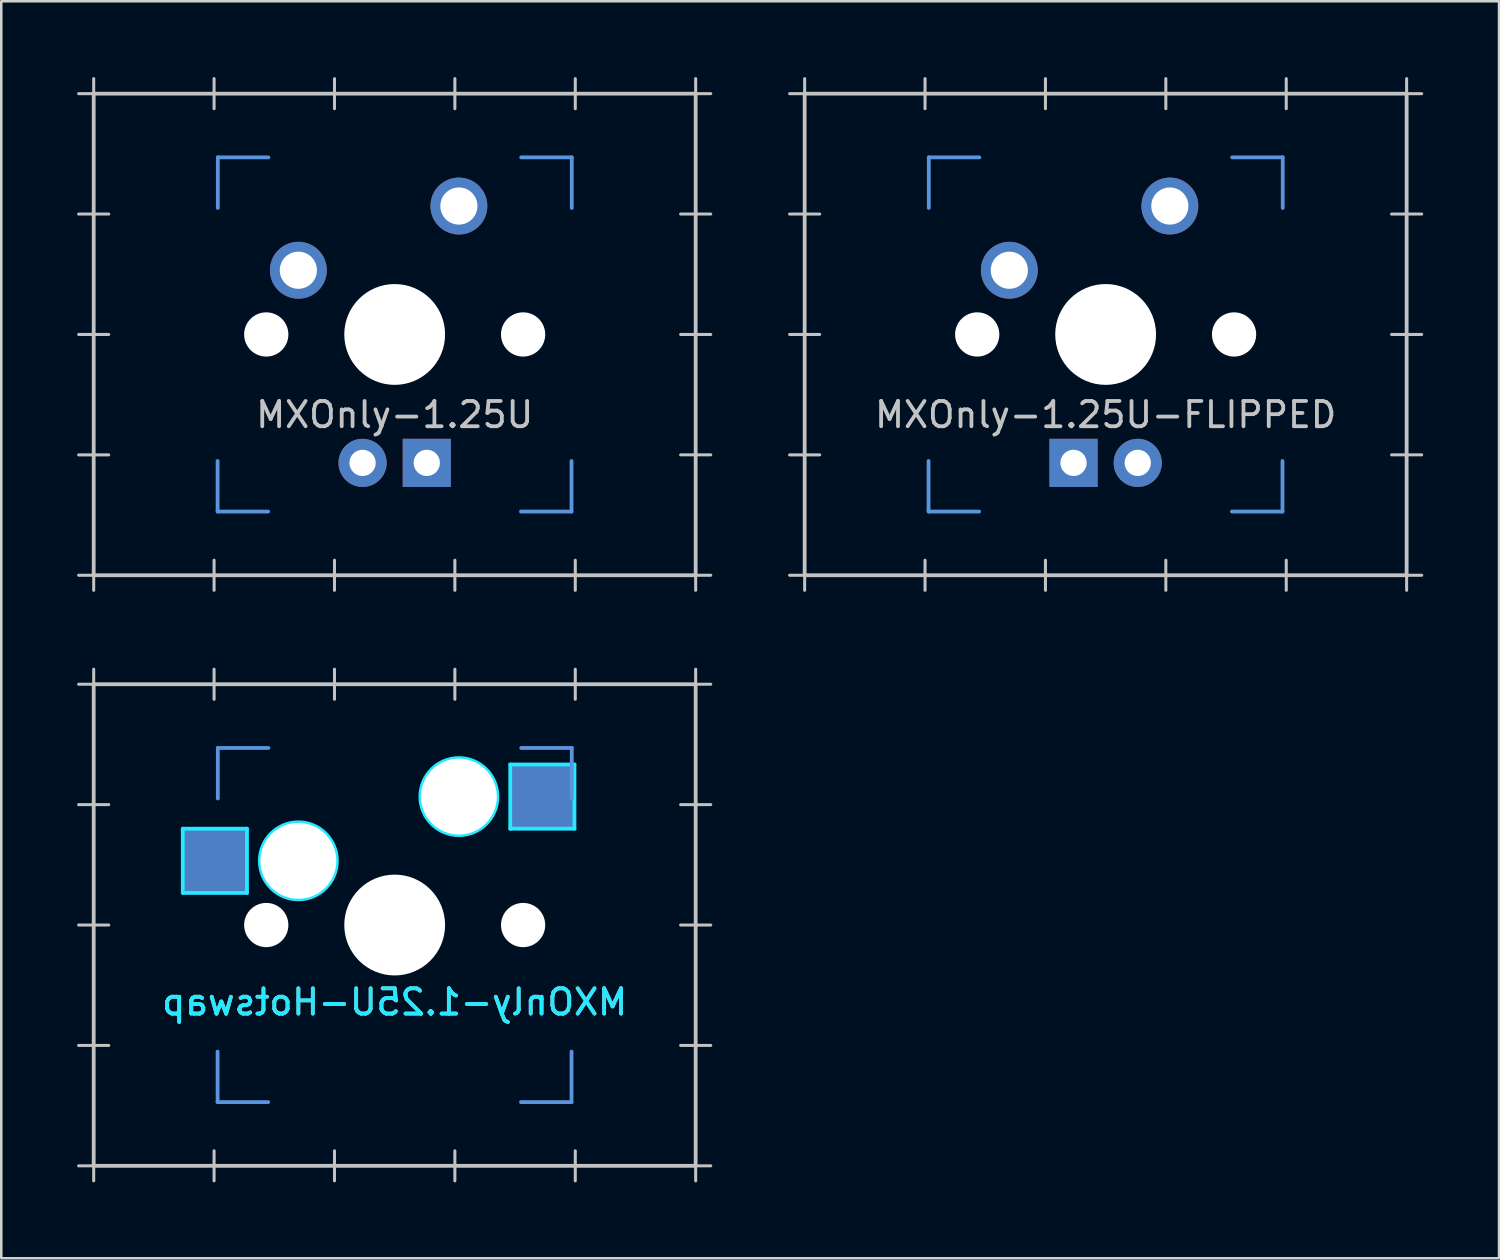
<source format=kicad_pcb>
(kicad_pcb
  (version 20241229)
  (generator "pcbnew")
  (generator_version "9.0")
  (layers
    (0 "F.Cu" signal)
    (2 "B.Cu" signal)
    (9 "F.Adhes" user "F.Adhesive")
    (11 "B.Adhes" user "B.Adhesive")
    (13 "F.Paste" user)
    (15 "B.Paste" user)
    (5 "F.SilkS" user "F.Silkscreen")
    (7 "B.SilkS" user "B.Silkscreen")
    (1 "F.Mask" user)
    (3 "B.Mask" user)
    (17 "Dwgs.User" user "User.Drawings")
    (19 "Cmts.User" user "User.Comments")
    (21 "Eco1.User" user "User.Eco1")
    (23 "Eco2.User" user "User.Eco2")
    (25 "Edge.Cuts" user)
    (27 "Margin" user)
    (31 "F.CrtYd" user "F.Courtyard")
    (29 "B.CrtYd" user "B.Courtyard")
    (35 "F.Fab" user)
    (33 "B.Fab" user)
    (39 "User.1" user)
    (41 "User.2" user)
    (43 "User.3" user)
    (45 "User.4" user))
  (footprint "MXOnly-1.25U"
    (layer "F.Cu")
    (at 12.562 10.18)
    (property "Reference" "MXOnly-1.25U" (at 0 3.175 0) (layer "Dwgs.User") (effects (font (size 1 1) (thickness 0.15))))
    (attr through_hole)
    (fp_line (start -12.502 -9.525) (end -11.906 -9.525) (stroke (width 0.12) (type solid)) (layer "Dwgs.User"))
    (fp_line (start -12.502 0) (end -11.311 0) (stroke (width 0.12) (type solid)) (layer "Dwgs.User"))
    (fp_line (start -12.502 4.763) (end -11.311 4.763) (stroke (width 0.12) (type solid)) (layer "Dwgs.User"))
    (fp_line (start -12.502 9.525) (end -11.906 9.525) (stroke (width 0.12) (type solid)) (layer "Dwgs.User"))
    (fp_line (start -11.906 -10.12) (end -11.906 -9.525) (stroke (width 0.12) (type solid)) (layer "Dwgs.User"))
    (fp_line (start -11.906 10.12) (end -11.906 9.525) (stroke (width 0.12) (type solid)) (layer "Dwgs.User"))
    (fp_line (start -11.906 -9.525) (end 11.906 -9.525) (stroke (width 0.15) (type solid)) (layer "Dwgs.User"))
    (fp_line (start -11.906 9.525) (end -11.906 -9.525) (stroke (width 0.15) (type solid)) (layer "Dwgs.User"))
    (fp_line (start -11.906 9.525) (end 11.906 9.525) (stroke (width 0.15) (type solid)) (layer "Dwgs.User"))
    (fp_line (start -11.311 -4.763) (end -12.502 -4.763) (stroke (width 0.12) (type solid)) (layer "Dwgs.User"))
    (fp_line (start -7.144 -10.12) (end -7.144 -8.93) (stroke (width 0.12) (type solid)) (layer "Dwgs.User"))
    (fp_line (start -7.144 8.93) (end -7.144 10.12) (stroke (width 0.12) (type solid)) (layer "Dwgs.User"))
    (fp_line (start -2.381 -10.12) (end -2.381 -8.93) (stroke (width 0.12) (type solid)) (layer "Dwgs.User"))
    (fp_line (start -2.381 10.12) (end -2.381 8.93) (stroke (width 0.12) (type solid)) (layer "Dwgs.User"))
    (fp_line (start 2.381 -8.93) (end 2.381 -10.12) (stroke (width 0.12) (type solid)) (layer "Dwgs.User"))
    (fp_line (start 2.381 10.12) (end 2.381 8.93) (stroke (width 0.12) (type solid)) (layer "Dwgs.User"))
    (fp_line (start 7.144 -10.12) (end 7.144 -8.93) (stroke (width 0.12) (type solid)) (layer "Dwgs.User"))
    (fp_line (start 7.144 8.93) (end 7.144 10.12) (stroke (width 0.12) (type solid)) (layer "Dwgs.User"))
    (fp_line (start 11.311 4.762) (end 12.502 4.762) (stroke (width 0.12) (type solid)) (layer "Dwgs.User"))
    (fp_line (start 11.906 -9.525) (end 11.906 9.525) (stroke (width 0.15) (type solid)) (layer "Dwgs.User"))
    (fp_line (start 11.906 -10.12) (end 11.906 -9.525) (stroke (width 0.12) (type solid)) (layer "Dwgs.User"))
    (fp_line (start 11.906 10.12) (end 11.906 9.525) (stroke (width 0.12) (type solid)) (layer "Dwgs.User"))
    (fp_line (start 12.502 -9.525) (end 11.906 -9.525) (stroke (width 0.12) (type solid)) (layer "Dwgs.User"))
    (fp_line (start 12.502 -4.763) (end 11.311 -4.763) (stroke (width 0.12) (type solid)) (layer "Dwgs.User"))
    (fp_line (start 12.502 -0.000008) (end 11.311 -0.000008) (stroke (width 0.12) (type solid)) (layer "Dwgs.User"))
    (fp_line (start 12.502 9.525) (end 11.906 9.525) (stroke (width 0.12) (type solid)) (layer "Dwgs.User"))
    (fp_line (start -7.005 7.005) (end -7.005 5.005) (stroke (width 0.15) (type solid)) (layer "Cmts.User"))
    (fp_line (start -6.995 -7.005) (end -6.995 -5.005) (stroke (width 0.15) (type solid)) (layer "Cmts.User"))
    (fp_line (start -5.005 7.005) (end -7.005 7.005) (stroke (width 0.15) (type solid)) (layer "Cmts.User"))
    (fp_line (start -4.995 -7.005) (end -6.995 -7.005) (stroke (width 0.15) (type solid)) (layer "Cmts.User"))
    (fp_line (start 4.995 7.005) (end 6.995 7.005) (stroke (width 0.15) (type solid)) (layer "Cmts.User"))
    (fp_line (start 5.005 -7.005) (end 7.005 -7.005) (stroke (width 0.15) (type solid)) (layer "Cmts.User"))
    (fp_line (start 6.995 7.005) (end 6.995 5.005) (stroke (width 0.15) (type solid)) (layer "Cmts.User"))
    (fp_line (start 7.005 -7.005) (end 7.005 -5.005) (stroke (width 0.15) (type solid)) (layer "Cmts.User"))
    (pad "" np_thru_hole circle (at -5.08 0 48.1) (size 1.75 1.75) (drill 1.75) (layers "*.Cu" "*.Mask"))
    (pad "" np_thru_hole circle (at 0 0) (size 3.988 3.988) (drill 3.988) (layers "*.Cu" "*.Mask"))
    (pad "" np_thru_hole circle (at 5.08 0 48.1) (size 1.75 1.75) (drill 1.75) (layers "*.Cu" "*.Mask"))
    (pad "1" thru_hole circle (at -3.81 -2.54) (size 2.25 2.25) (drill 1.47) (layers "*.Cu" "B.Mask"))
    (pad "2" thru_hole circle (at 2.54 -5.08) (size 2.25 2.25) (drill 1.47) (layers "*.Cu" "B.Mask"))
    (pad "3" thru_hole circle (at -1.27 5.08) (size 1.905 1.905) (drill 1.04) (layers "*.Cu" "B.Mask"))
    (pad "4" thru_hole rect (at 1.27 5.08) (size 1.905 1.905) (drill 1.04) (layers "*.Cu" "B.Mask")))
  (footprint "MXOnly-1.25U-FLIPPED"
    (layer "F.Cu")
    (at 40.685 10.18)
    (property "Reference" "MXOnly-1.25U-FLIPPED" (at 0 3.175 0) (layer "Dwgs.User") (effects (font (size 1 1) (thickness 0.15))))
    (attr through_hole)
    (fp_line (start -12.502 -9.525) (end -11.906 -9.525) (stroke (width 0.12) (type solid)) (layer "Dwgs.User"))
    (fp_line (start -12.502 0) (end -11.311 0) (stroke (width 0.12) (type solid)) (layer "Dwgs.User"))
    (fp_line (start -12.502 4.763) (end -11.311 4.763) (stroke (width 0.12) (type solid)) (layer "Dwgs.User"))
    (fp_line (start -12.502 9.525) (end -11.906 9.525) (stroke (width 0.12) (type solid)) (layer "Dwgs.User"))
    (fp_line (start -11.906 -10.12) (end -11.906 -9.525) (stroke (width 0.12) (type solid)) (layer "Dwgs.User"))
    (fp_line (start -11.906 10.12) (end -11.906 9.525) (stroke (width 0.12) (type solid)) (layer "Dwgs.User"))
    (fp_line (start -11.906 -9.525) (end 11.906 -9.525) (stroke (width 0.15) (type solid)) (layer "Dwgs.User"))
    (fp_line (start -11.906 9.525) (end -11.906 -9.525) (stroke (width 0.15) (type solid)) (layer "Dwgs.User"))
    (fp_line (start -11.906 9.525) (end 11.906 9.525) (stroke (width 0.15) (type solid)) (layer "Dwgs.User"))
    (fp_line (start -11.311 -4.763) (end -12.502 -4.763) (stroke (width 0.12) (type solid)) (layer "Dwgs.User"))
    (fp_line (start -7.144 -10.12) (end -7.144 -8.93) (stroke (width 0.12) (type solid)) (layer "Dwgs.User"))
    (fp_line (start -7.144 8.93) (end -7.144 10.12) (stroke (width 0.12) (type solid)) (layer "Dwgs.User"))
    (fp_line (start -2.381 -10.12) (end -2.381 -8.93) (stroke (width 0.12) (type solid)) (layer "Dwgs.User"))
    (fp_line (start -2.381 10.12) (end -2.381 8.93) (stroke (width 0.12) (type solid)) (layer "Dwgs.User"))
    (fp_line (start 2.381 -8.93) (end 2.381 -10.12) (stroke (width 0.12) (type solid)) (layer "Dwgs.User"))
    (fp_line (start 2.381 10.12) (end 2.381 8.93) (stroke (width 0.12) (type solid)) (layer "Dwgs.User"))
    (fp_line (start 7.144 -10.12) (end 7.144 -8.93) (stroke (width 0.12) (type solid)) (layer "Dwgs.User"))
    (fp_line (start 7.144 8.93) (end 7.144 10.12) (stroke (width 0.12) (type solid)) (layer "Dwgs.User"))
    (fp_line (start 11.311 4.762) (end 12.502 4.762) (stroke (width 0.12) (type solid)) (layer "Dwgs.User"))
    (fp_line (start 11.906 -9.525) (end 11.906 9.525) (stroke (width 0.15) (type solid)) (layer "Dwgs.User"))
    (fp_line (start 11.906 -10.12) (end 11.906 -9.525) (stroke (width 0.12) (type solid)) (layer "Dwgs.User"))
    (fp_line (start 11.906 10.12) (end 11.906 9.525) (stroke (width 0.12) (type solid)) (layer "Dwgs.User"))
    (fp_line (start 12.502 -9.525) (end 11.906 -9.525) (stroke (width 0.12) (type solid)) (layer "Dwgs.User"))
    (fp_line (start 12.502 -4.763) (end 11.311 -4.763) (stroke (width 0.12) (type solid)) (layer "Dwgs.User"))
    (fp_line (start 12.502 -0.000008) (end 11.311 -0.000008) (stroke (width 0.12) (type solid)) (layer "Dwgs.User"))
    (fp_line (start 12.502 9.525) (end 11.906 9.525) (stroke (width 0.12) (type solid)) (layer "Dwgs.User"))
    (fp_line (start -7.005 7.005) (end -7.005 5.005) (stroke (width 0.15) (type solid)) (layer "Cmts.User"))
    (fp_line (start -6.995 -7.005) (end -6.995 -5.005) (stroke (width 0.15) (type solid)) (layer "Cmts.User"))
    (fp_line (start -5.005 7.005) (end -7.005 7.005) (stroke (width 0.15) (type solid)) (layer "Cmts.User"))
    (fp_line (start -4.995 -7.005) (end -6.995 -7.005) (stroke (width 0.15) (type solid)) (layer "Cmts.User"))
    (fp_line (start 4.995 7.005) (end 6.995 7.005) (stroke (width 0.15) (type solid)) (layer "Cmts.User"))
    (fp_line (start 5.005 -7.005) (end 7.005 -7.005) (stroke (width 0.15) (type solid)) (layer "Cmts.User"))
    (fp_line (start 6.995 7.005) (end 6.995 5.005) (stroke (width 0.15) (type solid)) (layer "Cmts.User"))
    (fp_line (start 7.005 -7.005) (end 7.005 -5.005) (stroke (width 0.15) (type solid)) (layer "Cmts.User"))
    (pad "" np_thru_hole circle (at -5.08 0 48.1) (size 1.75 1.75) (drill 1.75) (layers "*.Cu" "*.Mask"))
    (pad "" np_thru_hole circle (at 0 0) (size 3.988 3.988) (drill 3.988) (layers "*.Cu" "*.Mask"))
    (pad "" np_thru_hole circle (at 5.08 0 48.1) (size 1.75 1.75) (drill 1.75) (layers "*.Cu" "*.Mask"))
    (pad "1" thru_hole circle (at -3.81 -2.54) (size 2.25 2.25) (drill 1.47) (layers "*.Cu" "B.Mask"))
    (pad "2" thru_hole circle (at 2.54 -5.08) (size 2.25 2.25) (drill 1.47) (layers "*.Cu" "B.Mask"))
    (pad "3" thru_hole circle (at 1.27 5.08) (size 1.905 1.905) (drill 1.04) (layers "*.Cu" "B.Mask"))
    (pad "4" thru_hole rect (at -1.27 5.08) (size 1.905 1.905) (drill 1.04) (layers "*.Cu" "B.Mask")))
  (footprint "MXOnly-1.25U-Hotswap"
    (layer "F.Cu")
    (at 12.562 33.541)
    (property "Reference" "MXOnly-1.25U-Hotswap" (at 0 3.048 0) (layer "B.CrtYd") (effects (font (size 1 1) (thickness 0.15)) (justify mirror)))
    (attr smd)
    (fp_line (start -12.502 -9.525) (end -11.906 -9.525) (stroke (width 0.12) (type solid)) (layer "Dwgs.User"))
    (fp_line (start -12.502 0) (end -11.311 0) (stroke (width 0.12) (type solid)) (layer "Dwgs.User"))
    (fp_line (start -12.502 4.763) (end -11.311 4.763) (stroke (width 0.12) (type solid)) (layer "Dwgs.User"))
    (fp_line (start -12.502 9.525) (end -11.906 9.525) (stroke (width 0.12) (type solid)) (layer "Dwgs.User"))
    (fp_line (start -11.906 -10.12) (end -11.906 -9.525) (stroke (width 0.12) (type solid)) (layer "Dwgs.User"))
    (fp_line (start -11.906 10.12) (end -11.906 9.525) (stroke (width 0.12) (type solid)) (layer "Dwgs.User"))
    (fp_line (start -11.906 -9.525) (end 11.906 -9.525) (stroke (width 0.15) (type solid)) (layer "Dwgs.User"))
    (fp_line (start -11.906 9.525) (end -11.906 -9.525) (stroke (width 0.15) (type solid)) (layer "Dwgs.User"))
    (fp_line (start -11.311 -4.763) (end -12.502 -4.763) (stroke (width 0.12) (type solid)) (layer "Dwgs.User"))
    (fp_line (start -7.144 -10.12) (end -7.144 -8.93) (stroke (width 0.12) (type solid)) (layer "Dwgs.User"))
    (fp_line (start -7.144 8.93) (end -7.144 10.12) (stroke (width 0.12) (type solid)) (layer "Dwgs.User"))
    (fp_line (start -2.381 -10.12) (end -2.381 -8.93) (stroke (width 0.12) (type solid)) (layer "Dwgs.User"))
    (fp_line (start -2.381 10.12) (end -2.381 8.93) (stroke (width 0.12) (type solid)) (layer "Dwgs.User"))
    (fp_line (start 2.381 -8.93) (end 2.381 -10.12) (stroke (width 0.12) (type solid)) (layer "Dwgs.User"))
    (fp_line (start 2.381 10.12) (end 2.381 8.93) (stroke (width 0.12) (type solid)) (layer "Dwgs.User"))
    (fp_line (start 7.144 -10.12) (end 7.144 -8.93) (stroke (width 0.12) (type solid)) (layer "Dwgs.User"))
    (fp_line (start 7.144 8.93) (end 7.144 10.12) (stroke (width 0.12) (type solid)) (layer "Dwgs.User"))
    (fp_line (start 11.311 4.762) (end 12.502 4.762) (stroke (width 0.12) (type solid)) (layer "Dwgs.User"))
    (fp_line (start 11.906 -9.525) (end 11.906 9.525) (stroke (width 0.15) (type solid)) (layer "Dwgs.User"))
    (fp_line (start 11.906 9.525) (end -11.906 9.525) (stroke (width 0.15) (type solid)) (layer "Dwgs.User"))
    (fp_line (start 11.906 -10.12) (end 11.906 -9.525) (stroke (width 0.12) (type solid)) (layer "Dwgs.User"))
    (fp_line (start 11.906 10.12) (end 11.906 9.525) (stroke (width 0.12) (type solid)) (layer "Dwgs.User"))
    (fp_line (start 12.502 -9.525) (end 11.906 -9.525) (stroke (width 0.12) (type solid)) (layer "Dwgs.User"))
    (fp_line (start 12.502 -4.763) (end 11.311 -4.763) (stroke (width 0.12) (type solid)) (layer "Dwgs.User"))
    (fp_line (start 12.502 -0.000008) (end 11.311 -0.000008) (stroke (width 0.12) (type solid)) (layer "Dwgs.User"))
    (fp_line (start 12.502 9.525) (end 11.906 9.525) (stroke (width 0.12) (type solid)) (layer "Dwgs.User"))
    (fp_line (start -7.005 7.005) (end -7.005 5.005) (stroke (width 0.15) (type solid)) (layer "Cmts.User"))
    (fp_line (start -6.995 -7.005) (end -6.995 -5.005) (stroke (width 0.15) (type solid)) (layer "Cmts.User"))
    (fp_line (start -5.005 7.005) (end -7.005 7.005) (stroke (width 0.15) (type solid)) (layer "Cmts.User"))
    (fp_line (start -4.995 -7.005) (end -6.995 -7.005) (stroke (width 0.15) (type solid)) (layer "Cmts.User"))
    (fp_line (start 4.995 7.005) (end 6.995 7.005) (stroke (width 0.15) (type solid)) (layer "Cmts.User"))
    (fp_line (start 5.005 -7.005) (end 7.005 -7.005) (stroke (width 0.15) (type solid)) (layer "Cmts.User"))
    (fp_line (start 6.995 7.005) (end 6.995 5.005) (stroke (width 0.15) (type solid)) (layer "Cmts.User"))
    (fp_line (start 7.005 -7.005) (end 7.005 -5.005) (stroke (width 0.15) (type solid)) (layer "Cmts.User"))
    (fp_line (start -8.382 -3.81) (end -5.842 -3.81) (stroke (width 0.15) (type solid)) (layer "B.CrtYd"))
    (fp_line (start -8.382 -1.27) (end -8.382 -3.81) (stroke (width 0.15) (type solid)) (layer "B.CrtYd"))
    (fp_line (start -5.842 -3.81) (end -5.842 -1.27) (stroke (width 0.15) (type solid)) (layer "B.CrtYd"))
    (fp_line (start -5.842 -1.27) (end -8.382 -1.27) (stroke (width 0.15) (type solid)) (layer "B.CrtYd"))
    (fp_line (start 4.572 -6.35) (end 7.112 -6.35) (stroke (width 0.15) (type solid)) (layer "B.CrtYd"))
    (fp_line (start 4.572 -3.81) (end 4.572 -6.35) (stroke (width 0.15) (type solid)) (layer "B.CrtYd"))
    (fp_line (start 7.112 -6.35) (end 7.112 -3.81) (stroke (width 0.15) (type solid)) (layer "B.CrtYd"))
    (fp_line (start 7.112 -3.81) (end 4.572 -3.81) (stroke (width 0.15) (type solid)) (layer "B.CrtYd"))
    (fp_circle (center -3.81 -2.54) (end -3.81 -4.064) (stroke (width 0.15) (type solid)) (fill no) (layer "B.CrtYd"))
    (fp_circle (center 2.54 -5.08) (end 2.54 -6.604) (stroke (width 0.15) (type solid)) (fill no) (layer "B.CrtYd"))
    (fp_text user "${REFERENCE}" (at 0 3.048 0) (layer "B.SilkS") (effects (font (size 1 1) (thickness 0.15)) (justify mirror)))
    (pad "" np_thru_hole circle (at -5.08 0 48.1) (size 1.75 1.75) (drill 1.75) (layers "*.Cu" "*.Mask"))
    (pad "" np_thru_hole circle (at -3.81 -2.54) (size 3 3) (drill 3) (layers "*.Cu" "*.Mask"))
    (pad "" np_thru_hole circle (at 0 0) (size 3.988 3.988) (drill 3.988) (layers "*.Cu" "*.Mask"))
    (pad "" np_thru_hole circle (at 2.54 -5.08) (size 3 3) (drill 3) (layers "*.Cu" "*.Mask"))
    (pad "" np_thru_hole circle (at 5.08 0 48.1) (size 1.75 1.75) (drill 1.75) (layers "*.Cu" "*.Mask"))
    (pad "1" smd rect (at -7.085 -2.54) (size 2.55 2.5) (layers "B.Cu" "B.Mask" "B.Paste"))
    (pad "2" smd rect (at 5.842 -5.08) (size 2.55 2.5) (layers "B.Cu" "B.Mask" "B.Paste")))
  (gr_rect
    (start -3 -3)
    (end 56.246 46.721)
    (stroke (width 0.1) (type default))
    (fill no)
    (layer "Edge.Cuts")))
</source>
